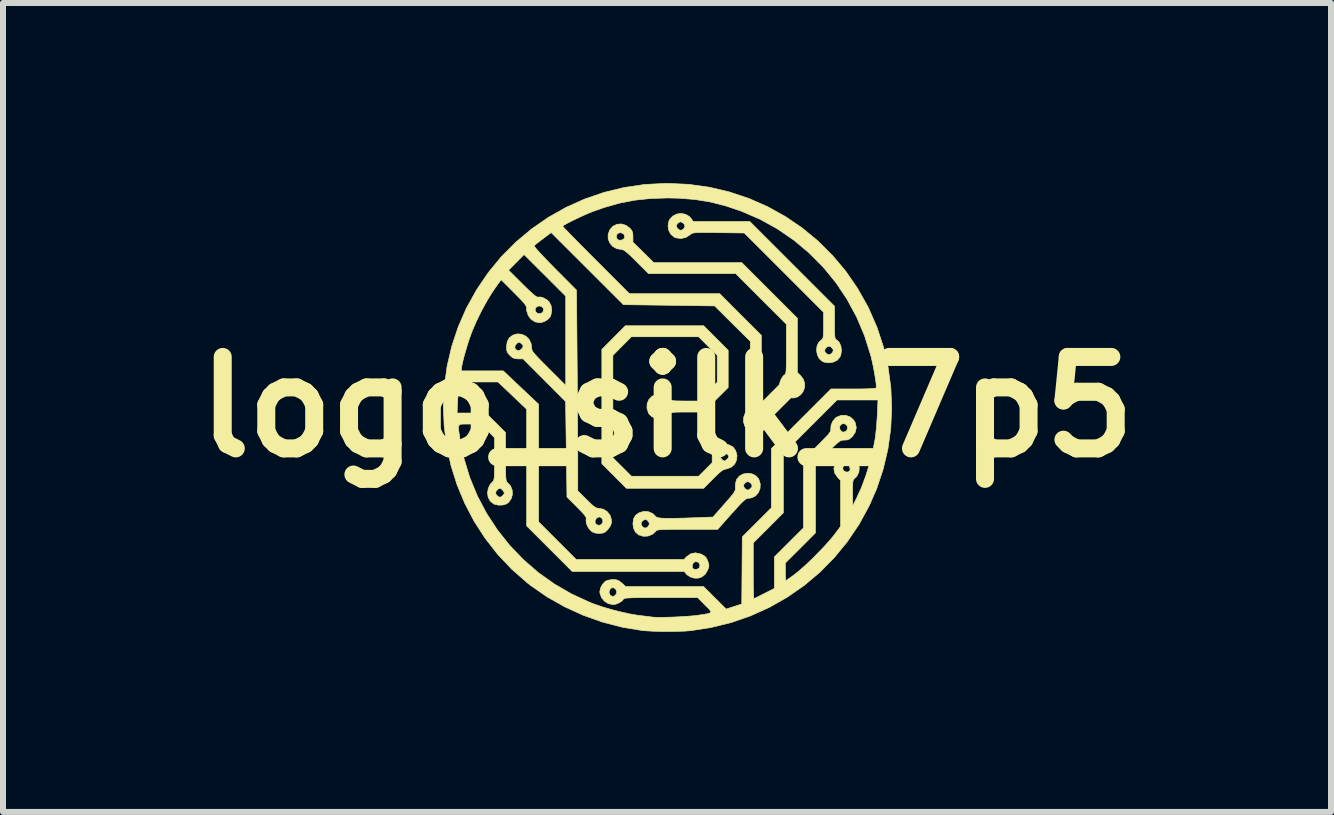
<source format=kicad_pcb>
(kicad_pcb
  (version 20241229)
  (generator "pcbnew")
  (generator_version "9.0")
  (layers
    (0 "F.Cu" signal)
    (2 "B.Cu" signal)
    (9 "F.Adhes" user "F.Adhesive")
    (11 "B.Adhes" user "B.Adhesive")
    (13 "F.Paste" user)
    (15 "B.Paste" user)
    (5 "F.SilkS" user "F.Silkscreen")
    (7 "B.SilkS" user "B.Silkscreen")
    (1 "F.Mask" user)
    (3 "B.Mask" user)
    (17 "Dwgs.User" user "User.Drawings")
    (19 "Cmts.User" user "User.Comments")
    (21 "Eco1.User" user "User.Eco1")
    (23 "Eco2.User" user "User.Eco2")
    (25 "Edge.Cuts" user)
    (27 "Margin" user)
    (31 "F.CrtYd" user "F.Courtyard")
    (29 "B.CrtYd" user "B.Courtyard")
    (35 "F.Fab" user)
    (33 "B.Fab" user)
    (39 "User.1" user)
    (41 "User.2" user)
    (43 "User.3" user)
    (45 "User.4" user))
  (footprint "logo_silk_7p5"
    (layer "F.Cu")
    (at 8.063 3.731)
    (property "Reference" "logo_silk_7p5" (at 0 0 0) (layer "F.SilkS") (effects (font (size 1.524 1.524) (thickness 0.3))))
    (attr through_hole)
    (fp_poly (pts (xy -0.684 -3.027) (xy -0.624 -2.983) (xy -0.59 -2.946) (xy -0.574 -2.91) (xy -0.568 -2.862) (xy -0.568 -2.837) (xy -0.568 -2.747) (xy -0.395 -2.577) (xy -0.222 -2.406) (xy 1.245 -2.406) (xy 1.709 -1.942) (xy 2.172 -1.479) (xy 2.172 -0.574) (xy 2.223 -0.526) (xy 2.272 -0.461) (xy 2.294 -0.391) (xy 2.291 -0.323) (xy 2.268 -0.259) (xy 2.228 -0.206) (xy 2.174 -0.168) (xy 2.109 -0.15) (xy 2.038 -0.156) (xy 1.977 -0.183) (xy 1.92 -0.234) (xy 1.883 -0.3) (xy 1.872 -0.36) (xy 1.872 -0.361) (xy 2.012 -0.361) (xy 2.02 -0.338) (xy 2.037 -0.319) (xy 2.067 -0.292) (xy 2.089 -0.286) (xy 2.118 -0.299) (xy 2.123 -0.301) (xy 2.15 -0.331) (xy 2.154 -0.369) (xy 2.14 -0.405) (xy 2.111 -0.429) (xy 2.079 -0.432) (xy 2.049 -0.414) (xy 2.027 -0.39) (xy 2.012 -0.361) (xy 1.872 -0.361) (xy 1.881 -0.414) (xy 1.904 -0.471) (xy 1.935 -0.517) (xy 1.957 -0.536) (xy 1.967 -0.543) (xy 1.974 -0.555) (xy 1.98 -0.577) (xy 1.984 -0.611) (xy 1.986 -0.663) (xy 1.988 -0.736) (xy 1.988 -0.835) (xy 1.989 -0.962) (xy 1.989 -1.379) (xy 1.566 -1.801) (xy 1.144 -2.223) (xy -0.31 -2.223) (xy -0.51 -2.423) (xy -0.587 -2.5) (xy -0.646 -2.555) (xy -0.69 -2.592) (xy -0.723 -2.614) (xy -0.747 -2.623) (xy -0.756 -2.624) (xy -0.838 -2.638) (xy -0.906 -2.676) (xy -0.954 -2.733) (xy -0.981 -2.802) (xy -0.981 -2.824) (xy -0.842 -2.824) (xy -0.835 -2.806) (xy -0.806 -2.781) (xy -0.765 -2.778) (xy -0.726 -2.796) (xy -0.712 -2.812) (xy -0.704 -2.85) (xy -0.723 -2.883) (xy -0.765 -2.903) (xy -0.773 -2.904) (xy -0.816 -2.896) (xy -0.841 -2.866) (xy -0.842 -2.824) (xy -0.981 -2.824) (xy -0.981 -2.878) (xy -0.953 -2.953) (xy -0.952 -2.955) (xy -0.899 -3.013) (xy -0.832 -3.045) (xy -0.758 -3.05) (xy -0.684 -3.027)) (stroke (width 0.01) (type solid)) (fill yes) (layer "F.SilkS"))
    (fp_poly (pts (xy 0.309 -3.211) (xy 0.373 -3.173) (xy 0.407 -3.134) (xy 0.435 -3.091) (xy 1.379 -3.091) (xy 2.085 -2.385) (xy 2.791 -1.679) (xy 2.791 -1.408) (xy 2.791 -1.307) (xy 2.792 -1.234) (xy 2.795 -1.185) (xy 2.799 -1.153) (xy 2.807 -1.134) (xy 2.817 -1.124) (xy 2.824 -1.12) (xy 2.868 -1.079) (xy 2.896 -1.018) (xy 2.906 -0.946) (xy 2.897 -0.873) (xy 2.882 -0.835) (xy 2.838 -0.782) (xy 2.773 -0.749) (xy 2.699 -0.736) (xy 2.623 -0.746) (xy 2.586 -0.761) (xy 2.537 -0.805) (xy 2.505 -0.866) (xy 2.492 -0.937) (xy 2.493 -0.957) (xy 2.628 -0.957) (xy 2.63 -0.921) (xy 2.65 -0.895) (xy 2.687 -0.871) (xy 2.723 -0.879) (xy 2.75 -0.903) (xy 2.77 -0.936) (xy 2.764 -0.965) (xy 2.727 -1.006) (xy 2.689 -1.013) (xy 2.658 -0.995) (xy 2.628 -0.957) (xy 2.493 -0.957) (xy 2.497 -1.008) (xy 2.522 -1.07) (xy 2.566 -1.115) (xy 2.574 -1.12) (xy 2.587 -1.129) (xy 2.596 -1.145) (xy 2.602 -1.173) (xy 2.605 -1.219) (xy 2.607 -1.287) (xy 2.607 -1.358) (xy 2.607 -1.579) (xy 1.947 -2.239) (xy 1.287 -2.899) (xy 0.859 -2.905) (xy 0.728 -2.907) (xy 0.626 -2.907) (xy 0.55 -2.907) (xy 0.494 -2.905) (xy 0.456 -2.902) (xy 0.43 -2.897) (xy 0.412 -2.89) (xy 0.399 -2.881) (xy 0.395 -2.878) (xy 0.318 -2.827) (xy 0.235 -2.807) (xy 0.152 -2.818) (xy 0.116 -2.833) (xy 0.063 -2.878) (xy 0.029 -2.942) (xy 0.018 -3.008) (xy 0.154 -3.008) (xy 0.175 -2.975) (xy 0.213 -2.946) (xy 0.249 -2.948) (xy 0.275 -2.967) (xy 0.298 -3.004) (xy 0.29 -3.04) (xy 0.266 -3.067) (xy 0.227 -3.086) (xy 0.19 -3.072) (xy 0.161 -3.037) (xy 0.154 -3.008) (xy 0.018 -3.008) (xy 0.017 -3.015) (xy 0.028 -3.089) (xy 0.044 -3.124) (xy 0.095 -3.181) (xy 0.162 -3.215) (xy 0.236 -3.225) (xy 0.309 -3.211)) (stroke (width 0.01) (type solid)) (fill yes) (layer "F.SilkS"))
    (fp_poly (pts (xy 1.412 1.112) (xy 1.476 1.142) (xy 1.524 1.194) (xy 1.529 1.203) (xy 1.553 1.28) (xy 1.55 1.357) (xy 1.523 1.425) (xy 1.476 1.479) (xy 1.411 1.513) (xy 1.355 1.521) (xy 1.336 1.523) (xy 1.314 1.534) (xy 1.286 1.555) (xy 1.249 1.589) (xy 1.199 1.641) (xy 1.134 1.713) (xy 1.074 1.779) (xy 0.844 2.038) (xy 0.339 2.038) (xy 0.196 2.039) (xy 0.082 2.039) (xy -0.006 2.04) (xy -0.072 2.042) (xy -0.118 2.045) (xy -0.15 2.049) (xy -0.169 2.055) (xy -0.181 2.062) (xy -0.187 2.069) (xy -0.244 2.121) (xy -0.317 2.15) (xy -0.396 2.154) (xy -0.47 2.131) (xy -0.528 2.082) (xy -0.56 2.012) (xy -0.567 1.955) (xy -0.432 1.955) (xy -0.407 1.997) (xy -0.369 2.018) (xy -0.331 2.006) (xy -0.307 1.978) (xy -0.293 1.95) (xy -0.3 1.924) (xy -0.315 1.904) (xy -0.342 1.877) (xy -0.368 1.875) (xy -0.391 1.884) (xy -0.426 1.915) (xy -0.432 1.955) (xy -0.567 1.955) (xy -0.568 1.943) (xy -0.558 1.863) (xy -0.524 1.804) (xy -0.468 1.763) (xy -0.389 1.739) (xy -0.31 1.744) (xy -0.237 1.776) (xy -0.187 1.825) (xy -0.173 1.836) (xy -0.145 1.845) (xy -0.103 1.851) (xy -0.042 1.854) (xy 0.04 1.855) (xy 0.147 1.854) (xy 0.28 1.851) (xy 0.443 1.845) (xy 0.479 1.844) (xy 0.766 1.833) (xy 0.954 1.619) (xy 1.023 1.54) (xy 1.073 1.482) (xy 1.106 1.44) (xy 1.126 1.408) (xy 1.136 1.383) (xy 1.139 1.358) (xy 1.139 1.331) (xy 1.139 1.33) (xy 1.139 1.32) (xy 1.274 1.32) (xy 1.294 1.353) (xy 1.329 1.382) (xy 1.359 1.381) (xy 1.39 1.359) (xy 1.417 1.324) (xy 1.412 1.291) (xy 1.386 1.261) (xy 1.347 1.242) (xy 1.309 1.256) (xy 1.28 1.291) (xy 1.274 1.32) (xy 1.139 1.32) (xy 1.143 1.263) (xy 1.16 1.206) (xy 1.16 1.205) (xy 1.206 1.15) (xy 1.268 1.116) (xy 1.34 1.103) (xy 1.412 1.112)) (stroke (width 0.01) (type solid)) (fill yes) (layer "F.SilkS"))
    (fp_poly (pts (xy 0.815 -1.149) (xy 1.019 -0.944) (xy 1.019 -0.325) (xy 0.814 -0.121) (xy 0.609 0.084) (xy 0.339 0.084) (xy 0.238 0.084) (xy 0.165 0.085) (xy 0.115 0.088) (xy 0.083 0.092) (xy 0.065 0.1) (xy 0.054 0.11) (xy 0.05 0.117) (xy 0.008 0.164) (xy -0.053 0.191) (xy -0.123 0.199) (xy -0.193 0.188) (xy -0.256 0.159) (xy -0.303 0.111) (xy -0.309 0.101) (xy -0.334 0.021) (xy -0.333 -0.021) (xy -0.196 -0.021) (xy -0.194 0.015) (xy -0.174 0.041) (xy -0.137 0.064) (xy -0.101 0.056) (xy -0.074 0.032) (xy -0.054 -0.000468) (xy -0.06 -0.029) (xy -0.097 -0.07) (xy -0.135 -0.077) (xy -0.166 -0.059) (xy -0.196 -0.021) (xy -0.333 -0.021) (xy -0.331 -0.056) (xy -0.302 -0.125) (xy -0.251 -0.178) (xy -0.181 -0.21) (xy -0.124 -0.217) (xy -0.069 -0.208) (xy -0.012 -0.185) (xy 0.034 -0.154) (xy 0.056 -0.125) (xy 0.066 -0.115) (xy 0.089 -0.108) (xy 0.13 -0.103) (xy 0.194 -0.101) (xy 0.287 -0.1) (xy 0.297 -0.1) (xy 0.529 -0.1) (xy 0.682 -0.257) (xy 0.836 -0.413) (xy 0.836 -0.861) (xy 0.681 -1.015) (xy 0.526 -1.17) (xy -0.594 -1.17) (xy -0.748 -1.015) (xy -0.902 -0.86) (xy -0.902 0.845) (xy -0.747 0.999) (xy -0.593 1.153) (xy 0.527 1.153) (xy 0.64 1.04) (xy 0.752 0.927) (xy 0.752 0.829) (xy 0.753 0.806) (xy 0.888 0.806) (xy 0.896 0.849) (xy 0.913 0.872) (xy 0.943 0.897) (xy 0.969 0.897) (xy 1.002 0.869) (xy 1.004 0.868) (xy 1.027 0.84) (xy 1.026 0.817) (xy 1.014 0.797) (xy 0.977 0.762) (xy 0.936 0.756) (xy 0.91 0.769) (xy 0.888 0.806) (xy 0.753 0.806) (xy 0.754 0.771) (xy 0.763 0.733) (xy 0.785 0.7) (xy 0.809 0.675) (xy 0.851 0.639) (xy 0.891 0.622) (xy 0.943 0.618) (xy 1.031 0.63) (xy 1.097 0.664) (xy 1.142 0.724) (xy 1.144 0.728) (xy 1.166 0.807) (xy 1.159 0.883) (xy 1.127 0.95) (xy 1.073 1.001) (xy 1.001 1.029) (xy 0.99 1.031) (xy 0.959 1.038) (xy 0.928 1.052) (xy 0.892 1.078) (xy 0.846 1.119) (xy 0.784 1.18) (xy 0.767 1.197) (xy 0.611 1.354) (xy -0.677 1.354) (xy -0.882 1.149) (xy -1.086 0.944) (xy -1.086 -0.96) (xy -0.89 -1.157) (xy -0.694 -1.354) (xy 0.61 -1.354) (xy 0.815 -1.149)) (stroke (width 0.01) (type solid)) (fill yes) (layer "F.SilkS"))
    (fp_poly (pts (xy 0.36 -3.71) (xy 0.705 -3.662) (xy 1.04 -3.583) (xy 1.364 -3.475) (xy 1.675 -3.338) (xy 1.971 -3.174) (xy 2.252 -2.983) (xy 2.514 -2.767) (xy 2.756 -2.526) (xy 2.977 -2.263) (xy 3.174 -1.977) (xy 3.347 -1.671) (xy 3.359 -1.646) (xy 3.498 -1.328) (xy 3.606 -1) (xy 3.683 -0.664) (xy 3.729 -0.324) (xy 3.743 0.019) (xy 3.727 0.361) (xy 3.68 0.701) (xy 3.601 1.036) (xy 3.492 1.363) (xy 3.368 1.646) (xy 3.2 1.954) (xy 3.005 2.242) (xy 2.787 2.509) (xy 2.546 2.753) (xy 2.285 2.973) (xy 2.004 3.168) (xy 1.707 3.337) (xy 1.393 3.479) (xy 1.066 3.592) (xy 0.726 3.675) (xy 0.398 3.726) (xy 0.295 3.734) (xy 0.169 3.738) (xy 0.031 3.74) (xy -0.11 3.739) (xy -0.244 3.735) (xy -0.36 3.728) (xy -0.409 3.724) (xy -0.741 3.67) (xy -1.07 3.585) (xy -1.393 3.471) (xy -1.704 3.329) (xy -2 3.162) (xy -2.275 2.971) (xy -2.331 2.927) (xy -2.591 2.698) (xy -2.826 2.449) (xy -3.034 2.182) (xy -3.216 1.899) (xy -3.371 1.602) (xy -3.499 1.294) (xy -3.599 0.977) (xy -3.67 0.652) (xy -3.713 0.321) (xy -3.722 0.1) (xy -3.498 0.1) (xy -3.017 0.1) (xy -2.69 0.425) (xy -2.69 0.83) (xy -2.69 0.957) (xy -2.689 1.056) (xy -2.688 1.128) (xy -2.685 1.18) (xy -2.681 1.215) (xy -2.675 1.237) (xy -2.668 1.25) (xy -2.66 1.257) (xy -2.608 1.313) (xy -2.58 1.382) (xy -2.576 1.457) (xy -2.596 1.528) (xy -2.639 1.588) (xy -2.677 1.615) (xy -2.737 1.633) (xy -2.81 1.635) (xy -2.878 1.619) (xy -2.891 1.612) (xy -2.946 1.567) (xy -2.98 1.504) (xy -2.991 1.431) (xy -2.99 1.429) (xy -2.857 1.429) (xy -2.845 1.461) (xy -2.815 1.491) (xy -2.784 1.504) (xy -2.757 1.493) (xy -2.733 1.471) (xy -2.713 1.445) (xy -2.715 1.422) (xy -2.73 1.396) (xy -2.757 1.366) (xy -2.781 1.354) (xy -2.815 1.367) (xy -2.845 1.397) (xy -2.857 1.429) (xy -2.99 1.429) (xy -2.979 1.356) (xy -2.945 1.287) (xy -2.909 1.249) (xy -2.897 1.238) (xy -2.889 1.223) (xy -2.883 1.201) (xy -2.878 1.166) (xy -2.876 1.113) (xy -2.875 1.04) (xy -2.874 0.94) (xy -2.874 0.865) (xy -2.874 0.511) (xy -2.987 0.397) (xy -3.099 0.284) (xy -3.287 0.284) (xy -3.366 0.284) (xy -3.42 0.285) (xy -3.454 0.294) (xy -3.471 0.315) (xy -3.475 0.353) (xy -3.468 0.413) (xy -3.454 0.501) (xy -3.451 0.525) (xy -3.384 0.854) (xy -3.287 1.173) (xy -3.161 1.479) (xy -3.007 1.771) (xy -2.827 2.046) (xy -2.622 2.304) (xy -2.394 2.542) (xy -2.145 2.758) (xy -1.875 2.95) (xy -1.586 3.117) (xy -1.281 3.257) (xy -1.212 3.284) (xy -1.077 3.33) (xy -0.926 3.374) (xy -0.77 3.414) (xy -0.62 3.447) (xy -0.486 3.47) (xy -0.451 3.474) (xy -0.376 3.483) (xy -0.307 3.491) (xy -0.257 3.498) (xy -0.242 3.5) (xy -0.191 3.503) (xy -0.114 3.504) (xy -0.018 3.503) (xy 0.09 3.5) (xy 0.202 3.495) (xy 0.311 3.488) (xy 0.41 3.481) (xy 0.492 3.472) (xy 0.526 3.468) (xy 0.621 3.453) (xy 0.685 3.442) (xy 0.721 3.429) (xy 0.731 3.412) (xy 0.717 3.386) (xy 0.683 3.348) (xy 0.633 3.299) (xy 0.511 3.175) (xy -0.102 3.175) (xy -0.264 3.175) (xy -0.395 3.176) (xy -0.499 3.177) (xy -0.579 3.178) (xy -0.638 3.181) (xy -0.679 3.184) (xy -0.705 3.188) (xy -0.719 3.194) (xy -0.725 3.2) (xy -0.751 3.232) (xy -0.799 3.263) (xy -0.855 3.285) (xy -0.902 3.292) (xy -0.978 3.276) (xy -1.043 3.235) (xy -1.092 3.174) (xy -1.118 3.101) (xy -1.118 3.093) (xy -0.966 3.093) (xy -0.95 3.13) (xy -0.943 3.136) (xy -0.914 3.154) (xy -0.902 3.158) (xy -0.882 3.15) (xy -0.862 3.136) (xy -0.84 3.105) (xy -0.84 3.067) (xy -0.857 3.033) (xy -0.886 3.012) (xy -0.922 3.013) (xy -0.932 3.018) (xy -0.96 3.051) (xy -0.966 3.093) (xy -1.118 3.093) (xy -1.12 3.074) (xy -1.107 3.015) (xy -1.076 2.956) (xy -1.035 2.91) (xy -1.018 2.899) (xy -0.971 2.883) (xy -0.912 2.875) (xy -0.895 2.874) (xy -0.842 2.879) (xy -0.8 2.896) (xy -0.754 2.933) (xy -0.689 2.991) (xy 0.609 2.991) (xy 0.797 3.179) (xy 0.985 3.366) (xy 1.115 3.324) (xy 1.245 3.282) (xy 1.253 2.264) (xy 1.437 2.264) (xy 1.437 2.728) (xy 1.437 2.848) (xy 1.438 2.957) (xy 1.44 3.05) (xy 1.442 3.123) (xy 1.444 3.172) (xy 1.447 3.191) (xy 1.447 3.192) (xy 1.465 3.185) (xy 1.506 3.165) (xy 1.564 3.136) (xy 1.622 3.107) (xy 1.788 3.022) (xy 1.788 2.498) (xy 2.03 2.256) (xy 2.273 2.014) (xy 2.273 0.877) (xy 2.504 0.646) (xy 2.584 0.565) (xy 2.643 0.504) (xy 2.685 0.459) (xy 2.71 0.425) (xy 2.724 0.401) (xy 2.728 0.381) (xy 2.728 0.37) (xy 2.729 0.354) (xy 2.875 0.354) (xy 2.89 0.391) (xy 2.922 0.415) (xy 2.941 0.418) (xy 2.976 0.407) (xy 2.988 0.398) (xy 3.008 0.359) (xy 3.004 0.32) (xy 2.98 0.29) (xy 2.944 0.276) (xy 2.908 0.284) (xy 2.88 0.314) (xy 2.875 0.354) (xy 2.729 0.354) (xy 2.733 0.303) (xy 2.762 0.236) (xy 2.808 0.181) (xy 2.827 0.168) (xy 2.902 0.139) (xy 2.979 0.139) (xy 3.051 0.165) (xy 3.108 0.215) (xy 3.136 0.262) (xy 3.153 0.342) (xy 3.137 0.419) (xy 3.089 0.49) (xy 3.083 0.496) (xy 3.04 0.533) (xy 2.998 0.549) (xy 2.955 0.551) (xy 2.928 0.552) (xy 2.904 0.557) (xy 2.879 0.57) (xy 2.848 0.592) (xy 2.807 0.629) (xy 2.751 0.683) (xy 2.678 0.756) (xy 2.473 0.96) (xy 2.473 2.098) (xy 2.223 2.348) (xy 1.972 2.598) (xy 1.972 2.744) (xy 1.973 2.81) (xy 1.975 2.86) (xy 1.979 2.888) (xy 1.981 2.891) (xy 1.998 2.881) (xy 2.035 2.856) (xy 2.086 2.819) (xy 2.127 2.788) (xy 2.211 2.72) (xy 2.309 2.633) (xy 2.415 2.533) (xy 2.521 2.426) (xy 2.622 2.32) (xy 2.711 2.221) (xy 2.782 2.136) (xy 2.788 2.127) (xy 2.891 1.991) (xy 2.891 1.223) (xy 2.841 1.17) (xy 2.794 1.102) (xy 2.781 1.034) (xy 2.928 1.034) (xy 2.948 1.066) (xy 2.986 1.083) (xy 3.006 1.083) (xy 3.038 1.073) (xy 3.049 1.045) (xy 3.05 1.03) (xy 3.039 0.983) (xy 3.011 0.957) (xy 2.974 0.957) (xy 2.962 0.963) (xy 2.932 0.996) (xy 2.928 1.034) (xy 2.781 1.034) (xy 2.78 1.029) (xy 2.797 0.948) (xy 2.804 0.932) (xy 2.849 0.867) (xy 2.911 0.825) (xy 2.983 0.809) (xy 3.057 0.819) (xy 3.126 0.857) (xy 3.142 0.872) (xy 3.185 0.935) (xy 3.203 1.009) (xy 3.196 1.084) (xy 3.165 1.15) (xy 3.132 1.184) (xy 3.115 1.199) (xy 3.104 1.216) (xy 3.097 1.241) (xy 3.093 1.282) (xy 3.092 1.343) (xy 3.092 1.431) (xy 3.093 1.646) (xy 3.157 1.521) (xy 3.237 1.346) (xy 3.311 1.147) (xy 3.377 0.937) (xy 3.43 0.723) (xy 3.468 0.525) (xy 3.478 0.443) (xy 3.489 0.34) (xy 3.497 0.229) (xy 3.504 0.124) (xy 3.504 0.121) (xy 3.514 -0.117) (xy 2.832 -0.117) (xy 2.385 0.33) (xy 1.938 0.777) (xy 1.938 1.763) (xy 1.688 2.014) (xy 1.437 2.264) (xy 1.253 2.264) (xy 1.254 2.163) (xy 1.738 1.68) (xy 1.738 0.693) (xy 2.235 0.196) (xy 2.732 -0.301) (xy 3.103 -0.301) (xy 3.219 -0.301) (xy 3.319 -0.303) (xy 3.399 -0.307) (xy 3.454 -0.311) (xy 3.482 -0.315) (xy 3.484 -0.317) (xy 3.486 -0.342) (xy 3.483 -0.394) (xy 3.473 -0.466) (xy 3.459 -0.552) (xy 3.442 -0.646) (xy 3.422 -0.742) (xy 3.401 -0.833) (xy 3.393 -0.862) (xy 3.291 -1.187) (xy 3.16 -1.497) (xy 3.001 -1.792) (xy 2.816 -2.069) (xy 2.606 -2.326) (xy 2.373 -2.562) (xy 2.119 -2.775) (xy 1.845 -2.964) (xy 1.552 -3.127) (xy 1.242 -3.261) (xy 1.23 -3.266) (xy 0.97 -3.353) (xy 0.717 -3.417) (xy 0.461 -3.458) (xy 0.193 -3.479) (xy 0.008 -3.483) (xy -0.273 -3.474) (xy -0.536 -3.446) (xy -0.79 -3.397) (xy -1.044 -3.325) (xy -1.213 -3.266) (xy -1.285 -3.238) (xy -1.367 -3.203) (xy -1.452 -3.164) (xy -1.535 -3.125) (xy -1.61 -3.088) (xy -1.673 -3.055) (xy -1.717 -3.03) (xy -1.737 -3.014) (xy -1.738 -3.012) (xy -1.726 -2.998) (xy -1.694 -2.963) (xy -1.642 -2.909) (xy -1.573 -2.838) (xy -1.49 -2.754) (xy -1.395 -2.658) (xy -1.29 -2.552) (xy -1.182 -2.444) (xy -0.627 -1.888) (xy 0.878 -1.888) (xy 1.224 -1.541) (xy 1.571 -1.195) (xy 1.571 0.004) (xy 1.629 0.069) (xy 1.674 0.138) (xy 1.691 0.209) (xy 1.683 0.276) (xy 1.654 0.336) (xy 1.609 0.384) (xy 1.552 0.417) (xy 1.486 0.431) (xy 1.417 0.42) (xy 1.347 0.381) (xy 1.334 0.37) (xy 1.293 0.314) (xy 1.274 0.244) (xy 1.274 0.234) (xy 1.414 0.234) (xy 1.421 0.252) (xy 1.45 0.277) (xy 1.491 0.28) (xy 1.53 0.263) (xy 1.544 0.246) (xy 1.552 0.208) (xy 1.533 0.175) (xy 1.491 0.155) (xy 1.482 0.154) (xy 1.44 0.162) (xy 1.415 0.192) (xy 1.414 0.234) (xy 1.274 0.234) (xy 1.277 0.171) (xy 1.301 0.104) (xy 1.345 0.052) (xy 1.354 0.046) (xy 1.363 0.039) (xy 1.37 0.029) (xy 1.376 0.011) (xy 1.38 -0.017) (xy 1.383 -0.059) (xy 1.385 -0.118) (xy 1.386 -0.198) (xy 1.387 -0.302) (xy 1.387 -0.435) (xy 1.387 -0.535) (xy 1.387 -1.095) (xy 1.09 -1.389) (xy 0.794 -1.684) (xy 0.033 -1.695) (xy -0.727 -1.705) (xy -1.93 -2.906) (xy -2.064 -2.806) (xy -2.122 -2.762) (xy -2.171 -2.724) (xy -2.204 -2.697) (xy -2.213 -2.689) (xy -2.207 -2.673) (xy -2.177 -2.634) (xy -2.124 -2.575) (xy -2.05 -2.496) (xy -1.956 -2.398) (xy -1.869 -2.31) (xy -1.508 -1.947) (xy -1.498 -0.802) (xy -1.496 -0.591) (xy -1.494 -0.376) (xy -1.493 -0.161) (xy -1.491 0.048) (xy -1.49 0.248) (xy -1.489 0.434) (xy -1.488 0.601) (xy -1.487 0.744) (xy -1.487 0.858) (xy -1.487 0.869) (xy -1.487 1.396) (xy -1.341 1.542) (xy -1.277 1.604) (xy -1.231 1.646) (xy -1.196 1.671) (xy -1.168 1.684) (xy -1.141 1.688) (xy -1.136 1.688) (xy -1.06 1.703) (xy -0.995 1.744) (xy -0.949 1.804) (xy -0.926 1.876) (xy -0.927 1.936) (xy -0.948 1.988) (xy -0.986 2.041) (xy -0.994 2.05) (xy -1.034 2.085) (xy -1.072 2.101) (xy -1.124 2.105) (xy -1.133 2.106) (xy -1.196 2.1) (xy -1.242 2.082) (xy -1.268 2.063) (xy -1.312 2.011) (xy -1.341 1.948) (xy -1.344 1.928) (xy -1.198 1.928) (xy -1.177 1.959) (xy -1.136 1.972) (xy -1.101 1.961) (xy -1.09 1.952) (xy -1.069 1.915) (xy -1.072 1.877) (xy -1.092 1.847) (xy -1.123 1.831) (xy -1.159 1.839) (xy -1.171 1.848) (xy -1.197 1.887) (xy -1.198 1.928) (xy -1.344 1.928) (xy -1.35 1.886) (xy -1.347 1.866) (xy -1.347 1.846) (xy -1.359 1.821) (xy -1.385 1.787) (xy -1.43 1.738) (xy -1.495 1.672) (xy -1.502 1.664) (xy -1.667 1.5) (xy -1.69 -0.092) (xy -2.398 -0.802) (xy -2.479 -0.802) (xy -2.534 -0.806) (xy -2.574 -0.822) (xy -2.615 -0.857) (xy -2.617 -0.859) (xy -2.652 -0.899) (xy -2.669 -0.936) (xy -2.674 -0.986) (xy -2.536 -0.986) (xy -2.522 -0.959) (xy -2.488 -0.94) (xy -2.447 -0.947) (xy -2.412 -0.98) (xy -2.411 -0.981) (xy -2.397 -1.009) (xy -2.404 -1.032) (xy -2.423 -1.053) (xy -2.451 -1.076) (xy -2.474 -1.077) (xy -2.495 -1.065) (xy -2.53 -1.027) (xy -2.536 -0.986) (xy -2.674 -0.986) (xy -2.674 -0.986) (xy -2.674 -1.002) (xy -2.663 -1.088) (xy -2.628 -1.152) (xy -2.572 -1.196) (xy -2.495 -1.219) (xy -2.42 -1.212) (xy -2.353 -1.181) (xy -2.299 -1.128) (xy -2.265 -1.058) (xy -2.256 -0.994) (xy -2.255 -0.972) (xy -2.25 -0.951) (xy -2.239 -0.928) (xy -2.218 -0.899) (xy -2.185 -0.861) (xy -2.137 -0.81) (xy -2.072 -0.743) (xy -1.985 -0.657) (xy -1.972 -0.643) (xy -1.688 -0.36) (xy -1.688 -1.847) (xy -2.035 -2.194) (xy -2.382 -2.54) (xy -2.511 -2.41) (xy -2.64 -2.28) (xy -2.409 -2.05) (xy -2.322 -1.964) (xy -2.254 -1.901) (xy -2.205 -1.858) (xy -2.172 -1.836) (xy -2.153 -1.83) (xy -2.151 -1.831) (xy -2.107 -1.833) (xy -2.051 -1.815) (xy -1.997 -1.783) (xy -1.964 -1.752) (xy -1.932 -1.69) (xy -1.921 -1.615) (xy -1.933 -1.538) (xy -1.946 -1.505) (xy -1.983 -1.462) (xy -2.039 -1.426) (xy -2.1 -1.406) (xy -2.121 -1.404) (xy -2.198 -1.419) (xy -2.264 -1.461) (xy -2.312 -1.524) (xy -2.337 -1.6) (xy -2.339 -1.62) (xy -2.198 -1.62) (xy -2.188 -1.586) (xy -2.158 -1.561) (xy -2.116 -1.555) (xy -2.078 -1.572) (xy -2.075 -1.574) (xy -2.056 -1.612) (xy -2.063 -1.648) (xy -2.09 -1.675) (xy -2.132 -1.684) (xy -2.145 -1.681) (xy -2.186 -1.658) (xy -2.198 -1.62) (xy -2.339 -1.62) (xy -2.339 -1.629) (xy -2.341 -1.654) (xy -2.347 -1.678) (xy -2.361 -1.703) (xy -2.386 -1.736) (xy -2.425 -1.78) (xy -2.483 -1.839) (xy -2.551 -1.908) (xy -2.763 -2.12) (xy -2.82 -2.045) (xy -2.908 -1.918) (xy -3 -1.768) (xy -3.09 -1.603) (xy -3.174 -1.433) (xy -3.246 -1.266) (xy -3.266 -1.213) (xy -3.295 -1.131) (xy -3.325 -1.038) (xy -3.354 -0.94) (xy -3.381 -0.845) (xy -3.403 -0.759) (xy -3.418 -0.69) (xy -3.425 -0.645) (xy -3.426 -0.639) (xy -3.426 -0.602) (xy -2.728 -0.602) (xy -2.434 -0.324) (xy -2.139 -0.046) (xy -2.139 1.913) (xy -1.826 2.227) (xy -1.513 2.54) (xy 0.282 2.54) (xy 0.33 2.491) (xy 0.398 2.444) (xy 0.473 2.429) (xy 0.557 2.447) (xy 0.573 2.453) (xy 0.623 2.481) (xy 0.655 2.515) (xy 0.677 2.563) (xy 0.694 2.612) (xy 0.698 2.648) (xy 0.689 2.686) (xy 0.678 2.714) (xy 0.636 2.787) (xy 0.575 2.833) (xy 0.519 2.851) (xy 0.453 2.851) (xy 0.385 2.829) (xy 0.329 2.792) (xy 0.32 2.781) (xy 0.288 2.741) (xy -1.579 2.741) (xy -1.649 2.67) (xy 0.42 2.67) (xy 0.424 2.683) (xy 0.447 2.702) (xy 0.484 2.706) (xy 0.521 2.694) (xy 0.534 2.683) (xy 0.549 2.643) (xy 0.535 2.603) (xy 0.514 2.584) (xy 0.476 2.575) (xy 0.443 2.592) (xy 0.422 2.627) (xy 0.42 2.67) (xy -1.649 2.67) (xy -1.959 2.36) (xy -2.339 1.98) (xy -2.339 0.036) (xy -2.816 -0.417) (xy -3.136 -0.417) (xy -3.248 -0.417) (xy -3.332 -0.416) (xy -3.391 -0.414) (xy -3.43 -0.41) (xy -3.453 -0.404) (xy -3.464 -0.396) (xy -3.465 -0.392) (xy -3.47 -0.366) (xy -3.475 -0.314) (xy -3.48 -0.243) (xy -3.485 -0.158) (xy -3.487 -0.133) (xy -3.498 0.1) (xy -3.722 0.1) (xy -3.727 -0.012) (xy -3.71 -0.346) (xy -3.664 -0.68) (xy -3.587 -1.01) (xy -3.479 -1.335) (xy -3.343 -1.646) (xy -3.172 -1.954) (xy -2.977 -2.241) (xy -2.758 -2.507) (xy -2.517 -2.749) (xy -2.256 -2.967) (xy -1.977 -3.16) (xy -1.682 -3.326) (xy -1.372 -3.465) (xy -1.049 -3.576) (xy -0.715 -3.657) (xy -0.371 -3.708) (xy -0.019 -3.726) (xy 0.008 -3.726) (xy 0.36 -3.71)) (stroke (width 0.01) (type solid)) (fill yes) (layer "F.SilkS")))
  (gr_rect
    (start -3 -3)
    (end 19.125 10.477)
    (stroke (width 0.1) (type default))
    (fill no)
    (layer "Edge.Cuts")))
</source>
